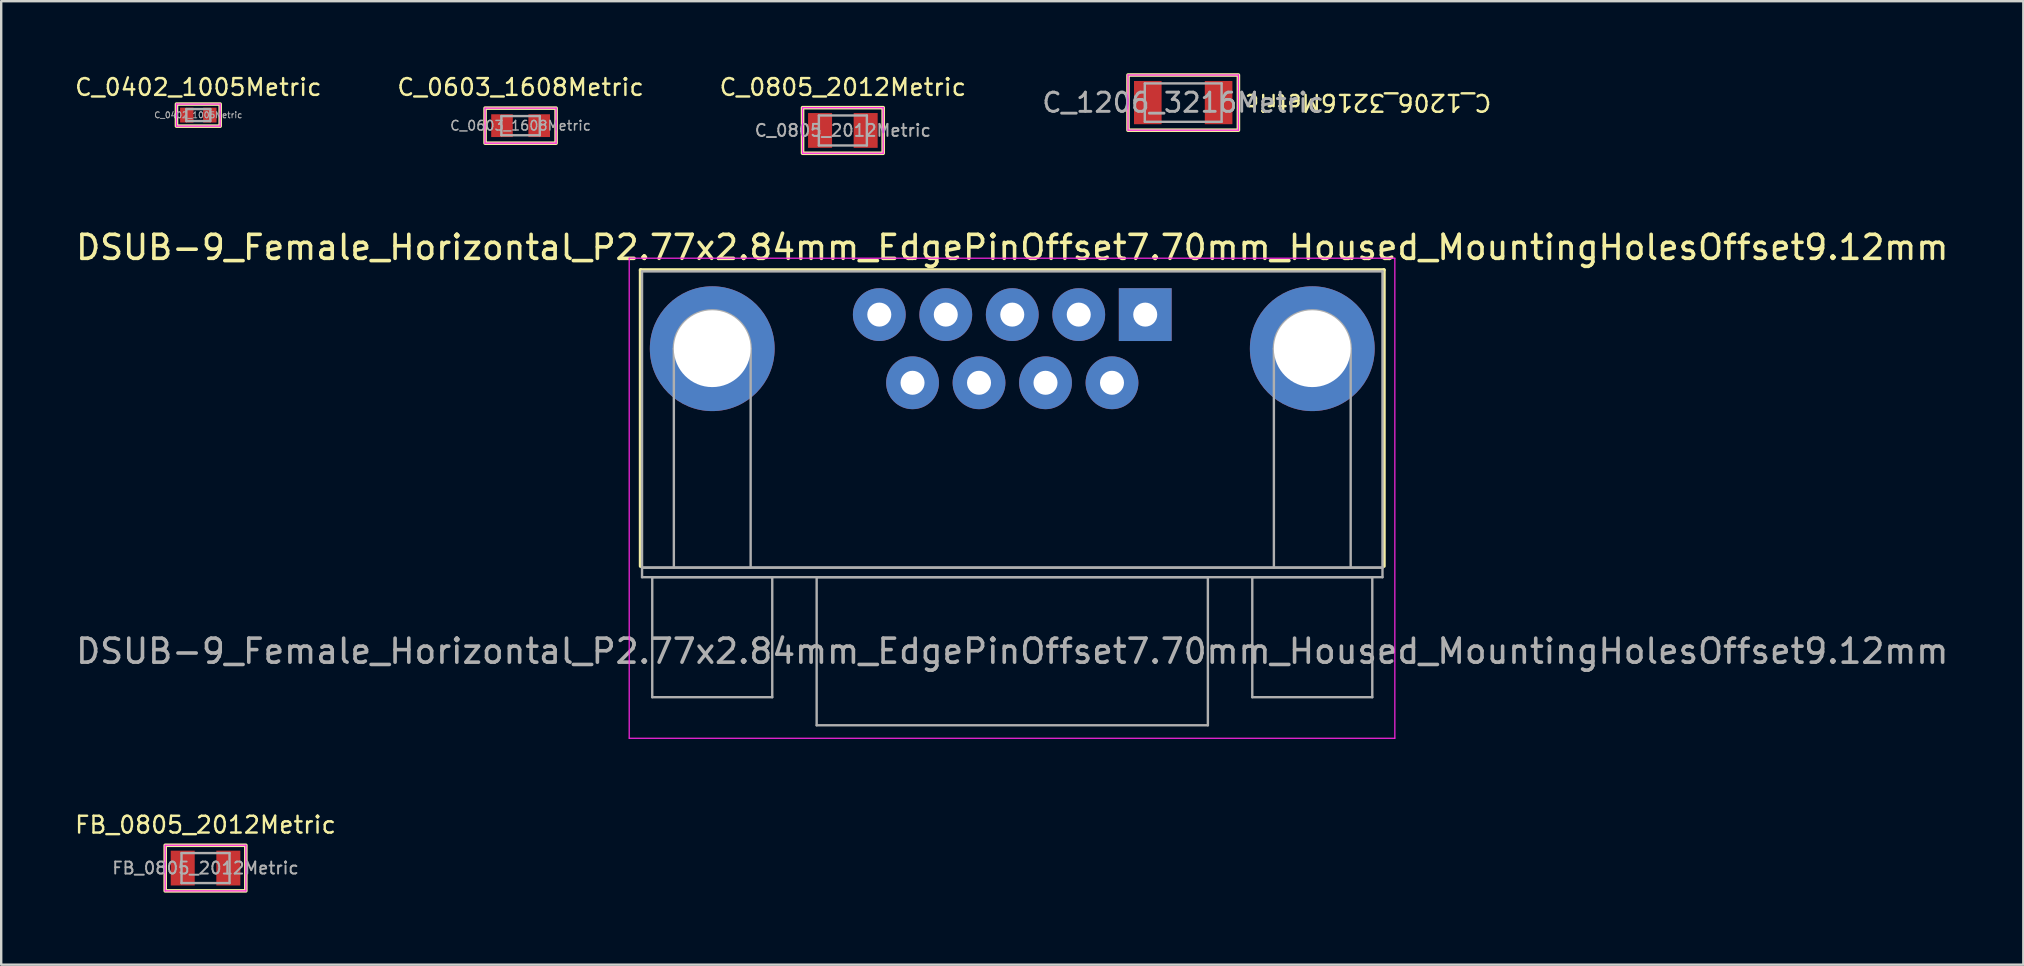
<source format=kicad_pcb>
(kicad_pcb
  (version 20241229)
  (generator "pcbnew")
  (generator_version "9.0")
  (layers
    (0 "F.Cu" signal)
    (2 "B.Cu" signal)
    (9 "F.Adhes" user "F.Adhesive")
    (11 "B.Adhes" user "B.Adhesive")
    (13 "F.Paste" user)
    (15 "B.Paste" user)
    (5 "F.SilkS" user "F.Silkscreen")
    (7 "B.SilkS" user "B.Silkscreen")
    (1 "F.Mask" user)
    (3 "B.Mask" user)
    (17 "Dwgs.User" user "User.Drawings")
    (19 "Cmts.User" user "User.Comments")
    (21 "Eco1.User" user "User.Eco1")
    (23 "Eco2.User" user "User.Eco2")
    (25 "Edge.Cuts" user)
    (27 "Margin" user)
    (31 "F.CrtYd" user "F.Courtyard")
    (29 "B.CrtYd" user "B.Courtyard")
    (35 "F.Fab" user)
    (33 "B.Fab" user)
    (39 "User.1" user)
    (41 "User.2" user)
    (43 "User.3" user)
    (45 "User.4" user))
  (footprint "FB_0805_2012Metric"
    (layer "F.Cu")
    (at 5.513 33.118)
    (property "Reference" "FB_0805_2012Metric" (at 0 -1.8 0) (layer "F.SilkS") (effects (font (size 0.7 0.7) (thickness 0.1))))
    (attr smd)
    (fp_rect (start -1.68 -0.95) (end 1.68 0.95) (stroke (width 0.15) (type solid)) (fill no) (layer "F.SilkS"))
    (fp_line (start -1.68 -0.95) (end 1.68 -0.95) (stroke (width 0.05) (type solid)) (layer "F.CrtYd"))
    (fp_line (start -1.68 0.95) (end -1.68 -0.95) (stroke (width 0.05) (type solid)) (layer "F.CrtYd"))
    (fp_line (start 1.68 -0.95) (end 1.68 0.95) (stroke (width 0.05) (type solid)) (layer "F.CrtYd"))
    (fp_line (start 1.68 0.95) (end -1.68 0.95) (stroke (width 0.05) (type solid)) (layer "F.CrtYd"))
    (fp_line (start -1 -0.625) (end 1 -0.625) (stroke (width 0.1) (type solid)) (layer "F.Fab"))
    (fp_line (start -1 0.625) (end -1 -0.625) (stroke (width 0.1) (type solid)) (layer "F.Fab"))
    (fp_line (start 1 -0.625) (end 1 0.625) (stroke (width 0.1) (type solid)) (layer "F.Fab"))
    (fp_line (start 1 0.625) (end -1 0.625) (stroke (width 0.1) (type solid)) (layer "F.Fab"))
    (fp_text user "${REFERENCE}" (at 0 0 0) (layer "F.Fab") (effects (font (size 0.5 0.5) (thickness 0.08))))
    (pad "1" smd rect (at -0.95 0) (size 1 1.45) (layers "F.Cu" "F.Mask" "F.Paste"))
    (pad "2" smd rect (at 0.95 0) (size 1 1.45) (layers "F.Cu" "F.Mask" "F.Paste")))
  (footprint "C_0603_1608Metric"
    (layer "F.Cu")
    (at 18.64 2.185)
    (property "Reference" "C_0603_1608Metric" (at 0 -1.6 0) (layer "F.SilkS") (effects (font (size 0.7 0.7) (thickness 0.1))))
    (attr smd)
    (fp_rect (start -1.48 -0.73) (end 1.48 0.73) (stroke (width 0.15) (type solid)) (fill no) (layer "F.SilkS"))
    (fp_line (start -1.48 -0.73) (end 1.48 -0.73) (stroke (width 0.05) (type solid)) (layer "F.CrtYd"))
    (fp_line (start -1.48 0.73) (end -1.48 -0.73) (stroke (width 0.05) (type solid)) (layer "F.CrtYd"))
    (fp_line (start 1.48 -0.73) (end 1.48 0.73) (stroke (width 0.05) (type solid)) (layer "F.CrtYd"))
    (fp_line (start 1.48 0.73) (end -1.48 0.73) (stroke (width 0.05) (type solid)) (layer "F.CrtYd"))
    (fp_line (start -0.8 -0.4) (end 0.8 -0.4) (stroke (width 0.1) (type solid)) (layer "F.Fab"))
    (fp_line (start -0.8 0.4) (end -0.8 -0.4) (stroke (width 0.1) (type solid)) (layer "F.Fab"))
    (fp_line (start 0.8 -0.4) (end 0.8 0.4) (stroke (width 0.1) (type solid)) (layer "F.Fab"))
    (fp_line (start 0.8 0.4) (end -0.8 0.4) (stroke (width 0.1) (type solid)) (layer "F.Fab"))
    (fp_text user "${REFERENCE}" (at 0 0 0) (layer "F.Fab") (effects (font (size 0.4 0.4) (thickness 0.06))))
    (pad "1" smd rect (at -0.775 0) (size 0.9 0.95) (layers "F.Cu" "F.Mask" "F.Paste"))
    (pad "2" smd rect (at 0.775 0) (size 0.9 0.95) (layers "F.Cu" "F.Mask" "F.Paste")))
  (footprint "C_1206_3216Metric"
    (layer "F.Cu")
    (at 46.247 1.225)
    (property "Reference" "C_1206_3216Metric" (at 2.5 0 180) (unlocked yes) (layer "F.SilkS") (effects (font (size 0.7 0.7) (thickness 0.1)) (justify right)))
    (attr smd)
    (fp_rect (start -2.3 -1.15) (end 2.3 1.15) (stroke (width 0.15) (type solid)) (fill no) (layer "F.SilkS"))
    (fp_line (start -2.3 -1.15) (end 2.3 -1.15) (stroke (width 0.05) (type solid)) (layer "F.CrtYd"))
    (fp_line (start -2.3 1.15) (end -2.3 -1.15) (stroke (width 0.05) (type solid)) (layer "F.CrtYd"))
    (fp_line (start 2.3 -1.15) (end 2.3 1.15) (stroke (width 0.05) (type solid)) (layer "F.CrtYd"))
    (fp_line (start 2.3 1.15) (end -2.3 1.15) (stroke (width 0.05) (type solid)) (layer "F.CrtYd"))
    (fp_line (start -1.6 -0.8) (end 1.6 -0.8) (stroke (width 0.1) (type solid)) (layer "F.Fab"))
    (fp_line (start -1.6 0.8) (end -1.6 -0.8) (stroke (width 0.1) (type solid)) (layer "F.Fab"))
    (fp_line (start 1.6 -0.8) (end 1.6 0.8) (stroke (width 0.1) (type solid)) (layer "F.Fab"))
    (fp_line (start 1.6 0.8) (end -1.6 0.8) (stroke (width 0.1) (type solid)) (layer "F.Fab"))
    (fp_text user "${REFERENCE}" (at 0 0 0) (layer "F.Fab") (effects (font (size 0.8 0.8) (thickness 0.12))))
    (pad "1" smd rect (at -1.475 0) (size 1.15 1.8) (layers "F.Cu" "F.Mask" "F.Paste"))
    (pad "2" smd rect (at 1.475 0) (size 1.15 1.8) (layers "F.Cu" "F.Mask" "F.Paste")))
  (footprint "C_0805_2012Metric"
    (layer "F.Cu")
    (at 32.067 2.385)
    (property "Reference" "C_0805_2012Metric" (at 0 -1.8 0) (layer "F.SilkS") (effects (font (size 0.7 0.7) (thickness 0.1))))
    (attr smd)
    (fp_rect (start -1.68 -0.95) (end 1.68 0.95) (stroke (width 0.15) (type solid)) (fill no) (layer "F.SilkS"))
    (fp_line (start -1.68 -0.95) (end 1.68 -0.95) (stroke (width 0.05) (type solid)) (layer "F.CrtYd"))
    (fp_line (start -1.68 0.95) (end -1.68 -0.95) (stroke (width 0.05) (type solid)) (layer "F.CrtYd"))
    (fp_line (start 1.68 -0.95) (end 1.68 0.95) (stroke (width 0.05) (type solid)) (layer "F.CrtYd"))
    (fp_line (start 1.68 0.95) (end -1.68 0.95) (stroke (width 0.05) (type solid)) (layer "F.CrtYd"))
    (fp_line (start -1 -0.625) (end 1 -0.625) (stroke (width 0.1) (type solid)) (layer "F.Fab"))
    (fp_line (start -1 0.625) (end -1 -0.625) (stroke (width 0.1) (type solid)) (layer "F.Fab"))
    (fp_line (start 1 -0.625) (end 1 0.625) (stroke (width 0.1) (type solid)) (layer "F.Fab"))
    (fp_line (start 1 0.625) (end -1 0.625) (stroke (width 0.1) (type solid)) (layer "F.Fab"))
    (fp_text user "${REFERENCE}" (at 0 0 0) (layer "F.Fab") (effects (font (size 0.5 0.5) (thickness 0.08))))
    (pad "1" smd rect (at -0.95 0) (size 1 1.45) (layers "F.Cu" "F.Mask" "F.Paste"))
    (pad "2" smd rect (at 0.95 0) (size 1 1.45) (layers "F.Cu" "F.Mask" "F.Paste")))
  (footprint "DSUB-9_Female_Horizontal_P2.77x2.84mm_EdgePinOffset7.70mm_Housed_MountingHolesOffset9.12mm"
    (layer "F.Cu")
    (at 44.665 10.058)
    (property "Reference" "DSUB-9_Female_Horizontal_P2.77x2.84mm_EdgePinOffset7.70mm_Housed_MountingHolesOffset9.12mm" (at -5.54 -2.8 0) (layer "F.SilkS") (effects (font (size 1 1) (thickness 0.15))))
    (attr through_hole)
    (fp_line (start -21.025 -1.86) (end 9.945 -1.86) (stroke (width 0.15) (type solid)) (layer "F.SilkS"))
    (fp_line (start -21.025 10.48) (end -21.025 -1.86) (stroke (width 0.15) (type solid)) (layer "F.SilkS"))
    (fp_line (start 9.945 -1.86) (end 9.945 10.48) (stroke (width 0.15) (type solid)) (layer "F.SilkS"))
    (fp_line (start -21.5 -2.35) (end -21.5 17.65) (stroke (width 0.05) (type solid)) (layer "F.CrtYd"))
    (fp_line (start -21.5 17.65) (end 10.4 17.65) (stroke (width 0.05) (type solid)) (layer "F.CrtYd"))
    (fp_line (start 10.4 -2.35) (end -21.5 -2.35) (stroke (width 0.05) (type solid)) (layer "F.CrtYd"))
    (fp_line (start 10.4 17.65) (end 10.4 -2.35) (stroke (width 0.05) (type solid)) (layer "F.CrtYd"))
    (fp_line (start -20.965 -1.8) (end -20.965 10.54) (stroke (width 0.1) (type solid)) (layer "F.Fab"))
    (fp_line (start -20.965 10.54) (end -20.965 10.94) (stroke (width 0.1) (type solid)) (layer "F.Fab"))
    (fp_line (start -20.965 10.54) (end 9.885 10.54) (stroke (width 0.1) (type solid)) (layer "F.Fab"))
    (fp_line (start -20.965 10.94) (end 9.885 10.94) (stroke (width 0.1) (type solid)) (layer "F.Fab"))
    (fp_line (start -20.54 10.94) (end -20.54 15.94) (stroke (width 0.1) (type solid)) (layer "F.Fab"))
    (fp_line (start -20.54 15.94) (end -15.54 15.94) (stroke (width 0.1) (type solid)) (layer "F.Fab"))
    (fp_line (start -19.64 10.54) (end -19.64 1.42) (stroke (width 0.1) (type solid)) (layer "F.Fab"))
    (fp_line (start -16.44 10.54) (end -16.44 1.42) (stroke (width 0.1) (type solid)) (layer "F.Fab"))
    (fp_line (start -15.54 10.94) (end -20.54 10.94) (stroke (width 0.1) (type solid)) (layer "F.Fab"))
    (fp_line (start -15.54 15.94) (end -15.54 10.94) (stroke (width 0.1) (type solid)) (layer "F.Fab"))
    (fp_line (start -13.69 10.94) (end -13.69 17.11) (stroke (width 0.1) (type solid)) (layer "F.Fab"))
    (fp_line (start -13.69 17.11) (end 2.61 17.11) (stroke (width 0.1) (type solid)) (layer "F.Fab"))
    (fp_line (start 2.61 10.94) (end -13.69 10.94) (stroke (width 0.1) (type solid)) (layer "F.Fab"))
    (fp_line (start 2.61 17.11) (end 2.61 10.94) (stroke (width 0.1) (type solid)) (layer "F.Fab"))
    (fp_line (start 4.46 10.94) (end 4.46 15.94) (stroke (width 0.1) (type solid)) (layer "F.Fab"))
    (fp_line (start 4.46 15.94) (end 9.46 15.94) (stroke (width 0.1) (type solid)) (layer "F.Fab"))
    (fp_line (start 5.36 10.54) (end 5.36 1.42) (stroke (width 0.1) (type solid)) (layer "F.Fab"))
    (fp_line (start 8.56 10.54) (end 8.56 1.42) (stroke (width 0.1) (type solid)) (layer "F.Fab"))
    (fp_line (start 9.46 10.94) (end 4.46 10.94) (stroke (width 0.1) (type solid)) (layer "F.Fab"))
    (fp_line (start 9.46 15.94) (end 9.46 10.94) (stroke (width 0.1) (type solid)) (layer "F.Fab"))
    (fp_line (start 9.885 -1.8) (end -20.965 -1.8) (stroke (width 0.1) (type solid)) (layer "F.Fab"))
    (fp_line (start 9.885 10.54) (end -20.965 10.54) (stroke (width 0.1) (type solid)) (layer "F.Fab"))
    (fp_line (start 9.885 10.54) (end 9.885 -1.8) (stroke (width 0.1) (type solid)) (layer "F.Fab"))
    (fp_line (start 9.885 10.94) (end 9.885 10.54) (stroke (width 0.1) (type solid)) (layer "F.Fab"))
    (fp_arc (start -19.64 1.42) (mid -18.04 -0.18) (end -16.44 1.42) (stroke (width 0.1) (type solid)) (layer "F.Fab"))
    (fp_arc (start 5.36 1.42) (mid 6.96 -0.18) (end 8.56 1.42) (stroke (width 0.1) (type solid)) (layer "F.Fab"))
    (fp_text user "${REFERENCE}" (at -5.54 14.025 0) (layer "F.Fab") (effects (font (size 1 1) (thickness 0.15))))
    (pad "0" thru_hole circle (at -18.04 1.42) (size 5.2 5.2) (drill 3.2) (layers "*.Cu" "*.Mask"))
    (pad "0" thru_hole circle (at 6.96 1.42) (size 5.2 5.2) (drill 3.2) (layers "*.Cu" "*.Mask"))
    (pad "1" thru_hole rect (at 0 0) (size 2.2 2.2) (drill 1) (layers "*.Cu" "*.Mask"))
    (pad "2" thru_hole circle (at -2.77 0) (size 2.2 2.2) (drill 1) (layers "*.Cu" "*.Mask"))
    (pad "3" thru_hole circle (at -5.54 0) (size 2.2 2.2) (drill 1) (layers "*.Cu" "*.Mask"))
    (pad "4" thru_hole circle (at -8.31 0) (size 2.2 2.2) (drill 1) (layers "*.Cu" "*.Mask"))
    (pad "5" thru_hole circle (at -11.08 0) (size 2.2 2.2) (drill 1) (layers "*.Cu" "*.Mask"))
    (pad "6" thru_hole circle (at -1.385 2.84) (size 2.2 2.2) (drill 1) (layers "*.Cu" "*.Mask"))
    (pad "7" thru_hole circle (at -4.155 2.84) (size 2.2 2.2) (drill 1) (layers "*.Cu" "*.Mask"))
    (pad "8" thru_hole circle (at -6.925 2.84) (size 2.2 2.2) (drill 1) (layers "*.Cu" "*.Mask"))
    (pad "9" thru_hole circle (at -9.695 2.84) (size 2.2 2.2) (drill 1) (layers "*.Cu" "*.Mask")))
  (footprint "C_0402_1005Metric"
    (layer "F.Cu")
    (at 5.213 1.745)
    (property "Reference" "C_0402_1005Metric" (at 0 -1.16 0) (layer "F.SilkS") (effects (font (size 0.7 0.7) (thickness 0.1))))
    (attr smd)
    (fp_rect (start -0.91 -0.46) (end 0.91 0.46) (stroke (width 0.15) (type solid)) (fill no) (layer "F.SilkS"))
    (fp_line (start -0.91 -0.46) (end 0.91 -0.46) (stroke (width 0.05) (type solid)) (layer "F.CrtYd"))
    (fp_line (start -0.91 0.46) (end -0.91 -0.46) (stroke (width 0.05) (type solid)) (layer "F.CrtYd"))
    (fp_line (start 0.91 -0.46) (end 0.91 0.46) (stroke (width 0.05) (type solid)) (layer "F.CrtYd"))
    (fp_line (start 0.91 0.46) (end -0.91 0.46) (stroke (width 0.05) (type solid)) (layer "F.CrtYd"))
    (fp_line (start -0.5 -0.25) (end 0.5 -0.25) (stroke (width 0.1) (type solid)) (layer "F.Fab"))
    (fp_line (start -0.5 0.25) (end -0.5 -0.25) (stroke (width 0.1) (type solid)) (layer "F.Fab"))
    (fp_line (start 0.5 -0.25) (end 0.5 0.25) (stroke (width 0.1) (type solid)) (layer "F.Fab"))
    (fp_line (start 0.5 0.25) (end -0.5 0.25) (stroke (width 0.1) (type solid)) (layer "F.Fab"))
    (fp_text user "${REFERENCE}" (at 0 0 0) (layer "F.Fab") (effects (font (size 0.25 0.25) (thickness 0.04))))
    (pad "1" smd rect (at -0.48 0) (size 0.56 0.62) (layers "F.Cu" "F.Mask" "F.Paste"))
    (pad "2" smd rect (at 0.48 0) (size 0.56 0.62) (layers "F.Cu" "F.Mask" "F.Paste")))
  (gr_rect
    (start -3 -3)
    (end 81.25 37.143)
    (stroke (width 0.1) (type default))
    (fill no)
    (layer "Edge.Cuts")))
</source>
